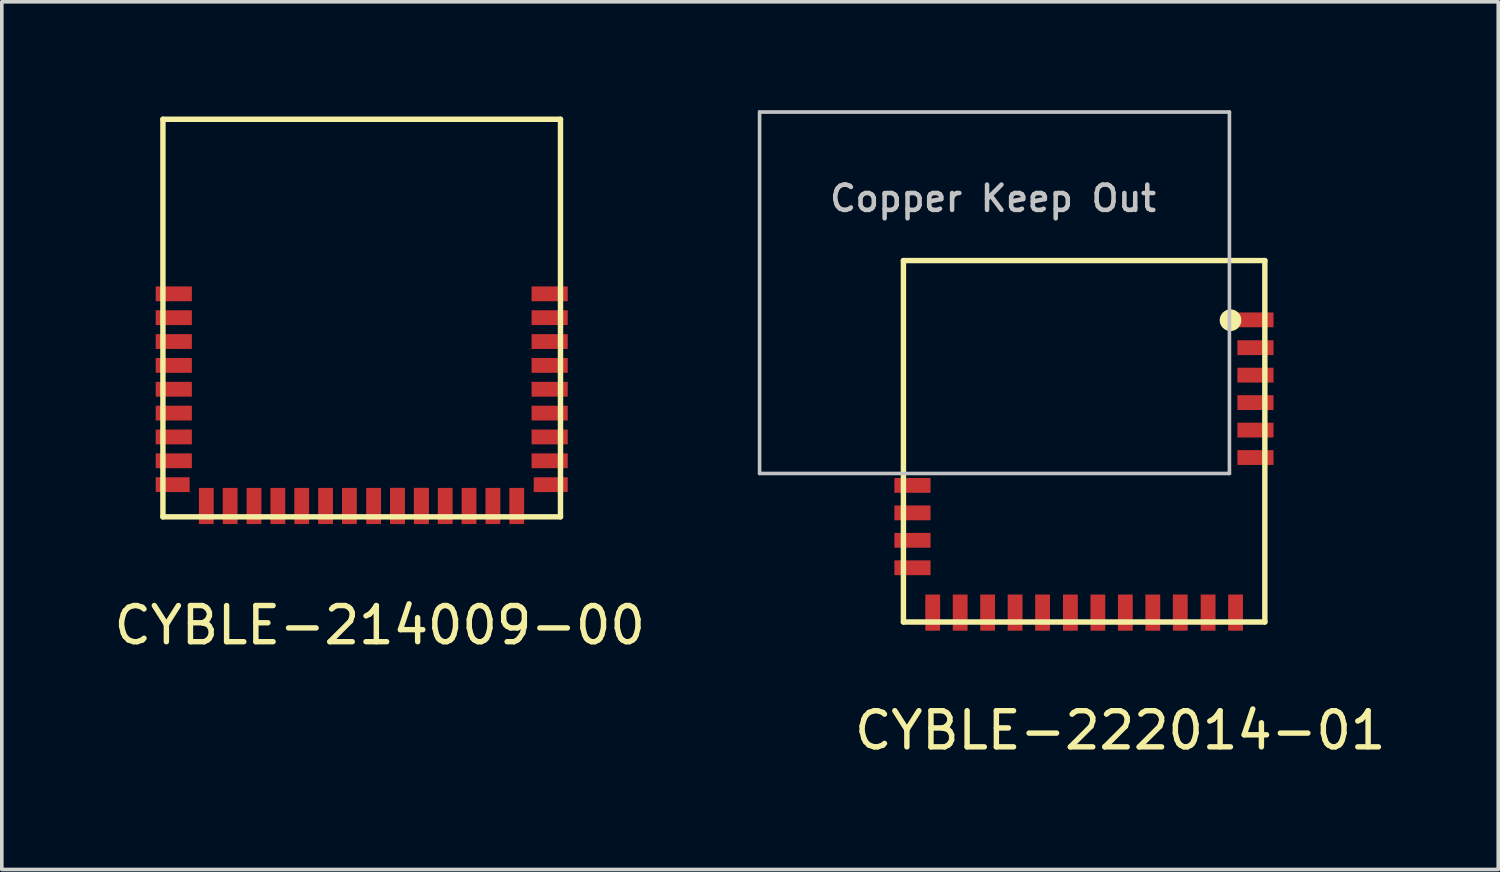
<source format=kicad_pcb>
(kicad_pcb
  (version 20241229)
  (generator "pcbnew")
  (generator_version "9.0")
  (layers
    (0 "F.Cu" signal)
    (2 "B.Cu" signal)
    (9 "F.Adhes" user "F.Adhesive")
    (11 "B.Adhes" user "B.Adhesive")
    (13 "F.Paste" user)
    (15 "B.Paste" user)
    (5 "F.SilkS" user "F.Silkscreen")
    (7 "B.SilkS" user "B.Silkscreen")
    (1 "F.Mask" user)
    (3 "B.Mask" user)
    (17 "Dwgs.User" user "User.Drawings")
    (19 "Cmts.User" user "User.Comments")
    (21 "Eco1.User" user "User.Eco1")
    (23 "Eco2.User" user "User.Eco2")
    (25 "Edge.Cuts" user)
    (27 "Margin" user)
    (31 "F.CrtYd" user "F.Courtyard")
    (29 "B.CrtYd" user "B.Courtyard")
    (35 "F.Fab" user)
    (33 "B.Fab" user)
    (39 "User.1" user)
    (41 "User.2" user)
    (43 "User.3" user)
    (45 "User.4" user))
  (footprint "CYBLE-222014-01"
    (layer "F.Cu")
    (at 26.797 10.71)
    (property "Reference" "CYBLE-222014-01" (at 1.15 6.45 0) (layer "F.SilkS") (effects (font (size 1 1) (thickness 0.15))))
    (attr through_hole)
    (fp_line (start -4.85 -6.55) (end -4.85 3.45) (stroke (width 0.15) (type solid)) (layer "F.SilkS"))
    (fp_line (start -4.85 3.45) (end 5.15 3.45) (stroke (width 0.15) (type solid)) (layer "F.SilkS"))
    (fp_line (start 5.15 -6.55) (end -4.85 -6.55) (stroke (width 0.15) (type solid)) (layer "F.SilkS"))
    (fp_line (start 5.15 3.45) (end 5.15 -6.55) (stroke (width 0.15) (type solid)) (layer "F.SilkS"))
    (fp_circle (center 4.2 -4.9) (end 4.2 -4.9) (stroke (width 0.3) (type solid)) (fill no) (layer "F.SilkS"))
    (fp_line (start -8.83 -10.66) (end 4.17 -10.66) (stroke (width 0.1) (type solid)) (layer "Dwgs.User"))
    (fp_line (start -8.83 -0.66) (end -8.83 -10.66) (stroke (width 0.1) (type solid)) (layer "Dwgs.User"))
    (fp_line (start 4.17 -10.66) (end 4.17 -0.66) (stroke (width 0.1) (type solid)) (layer "Dwgs.User"))
    (fp_line (start 4.17 -0.66) (end -8.83 -0.66) (stroke (width 0.1) (type solid)) (layer "Dwgs.User"))
    (fp_text user "Copper Keep Out" (at -2.37 -8.27 0) (layer "Dwgs.User") (effects (font (size 0.7 0.7) (thickness 0.125))))
    (pad "1" smd rect (at 4.89 -4.91) (size 1 0.41) (layers "F.Cu" "F.Mask" "F.Paste"))
    (pad "2" smd rect (at 4.89 -4.14) (size 1 0.41) (layers "F.Cu" "F.Mask" "F.Paste"))
    (pad "3" smd rect (at 4.89 -3.38) (size 1 0.41) (layers "F.Cu" "F.Mask" "F.Paste"))
    (pad "4" smd rect (at 4.89 -2.62) (size 1 0.41) (layers "F.Cu" "F.Mask" "F.Paste"))
    (pad "5" smd rect (at 4.89 -1.86) (size 1 0.41) (layers "F.Cu" "F.Mask" "F.Paste"))
    (pad "6" smd rect (at 4.89 -1.1) (size 1 0.41) (layers "F.Cu" "F.Mask" "F.Paste"))
    (pad "7" smd rect (at 4.34 3.19 90) (size 1 0.41) (layers "F.Cu" "F.Mask" "F.Paste"))
    (pad "8" smd rect (at 3.58 3.19 90) (size 1 0.41) (layers "F.Cu" "F.Mask" "F.Paste"))
    (pad "9" smd rect (at 2.81 3.19 90) (size 1 0.41) (layers "F.Cu" "F.Mask" "F.Paste"))
    (pad "10" smd rect (at 2.05 3.19 90) (size 1 0.41) (layers "F.Cu" "F.Mask" "F.Paste"))
    (pad "11" smd rect (at 1.29 3.19 90) (size 1 0.41) (layers "F.Cu" "F.Mask" "F.Paste"))
    (pad "12" smd rect (at 0.53 3.19 90) (size 1 0.41) (layers "F.Cu" "F.Mask" "F.Paste"))
    (pad "13" smd rect (at -0.23 3.19 90) (size 1 0.41) (layers "F.Cu" "F.Mask" "F.Paste"))
    (pad "14" smd rect (at -1 3.19 90) (size 1 0.41) (layers "F.Cu" "F.Mask" "F.Paste"))
    (pad "15" smd rect (at -1.76 3.19 90) (size 1 0.41) (layers "F.Cu" "F.Mask" "F.Paste"))
    (pad "16" smd rect (at -2.52 3.19 90) (size 1 0.41) (layers "F.Cu" "F.Mask" "F.Paste"))
    (pad "17" smd rect (at -3.28 3.19 90) (size 1 0.41) (layers "F.Cu" "F.Mask" "F.Paste"))
    (pad "18" smd rect (at -4.04 3.19 90) (size 1 0.41) (layers "F.Cu" "F.Mask" "F.Paste"))
    (pad "19" smd rect (at -4.6 1.95) (size 1 0.41) (layers "F.Cu" "F.Mask" "F.Paste"))
    (pad "20" smd rect (at -4.6 1.19) (size 1 0.41) (layers "F.Cu" "F.Mask" "F.Paste"))
    (pad "21" smd rect (at -4.6 0.43) (size 1 0.41) (layers "F.Cu" "F.Mask" "F.Paste"))
    (pad "22" smd rect (at -4.6 -0.33) (size 1 0.41) (layers "F.Cu" "F.Mask" "F.Paste")))
  (footprint "CYBLE-214009-00"
    (layer "F.Cu")
    (at 12.458 0.25)
    (property "Reference" "CYBLE-214009-00" (at -5 14 0) (layer "F.SilkS") (effects (font (size 1 1) (thickness 0.15))))
    (attr through_hole)
    (fp_line (start -11 0) (end -11 11) (stroke (width 0.15) (type solid)) (layer "F.SilkS"))
    (fp_line (start -11 11) (end 0 11) (stroke (width 0.15) (type solid)) (layer "F.SilkS"))
    (fp_line (start 0 0) (end -11 0) (stroke (width 0.15) (type solid)) (layer "F.SilkS"))
    (fp_line (start 0 11) (end 0 0) (stroke (width 0.15) (type solid)) (layer "F.SilkS"))
    (pad "1" smd rect (at -0.3 4.83) (size 1 0.41) (layers "F.Cu" "F.Mask" "F.Paste"))
    (pad "2" smd rect (at -0.3 5.49) (size 1 0.41) (layers "F.Cu" "F.Mask" "F.Paste"))
    (pad "3" smd rect (at -0.3 6.15) (size 1 0.41) (layers "F.Cu" "F.Mask" "F.Paste"))
    (pad "4" smd rect (at -0.3 6.81) (size 1 0.41) (layers "F.Cu" "F.Mask" "F.Paste"))
    (pad "5" smd rect (at -0.3 7.47) (size 1 0.41) (layers "F.Cu" "F.Mask" "F.Paste"))
    (pad "6" smd rect (at -0.3 8.13) (size 1 0.41) (layers "F.Cu" "F.Mask" "F.Paste"))
    (pad "7" smd rect (at -0.3 8.79) (size 1 0.41) (layers "F.Cu" "F.Mask" "F.Paste"))
    (pad "8" smd rect (at -0.3 9.45) (size 1 0.41) (layers "F.Cu" "F.Mask" "F.Paste"))
    (pad "9" smd rect (at -0.27 10.11) (size 0.94 0.41) (layers "F.Cu" "F.Mask" "F.Paste"))
    (pad "10" smd rect (at -1.21 10.7 90) (size 1 0.41) (layers "F.Cu" "F.Mask" "F.Paste"))
    (pad "11" smd rect (at -1.87 10.7 90) (size 1 0.41) (layers "F.Cu" "F.Mask" "F.Paste"))
    (pad "12" smd rect (at -2.53 10.7 90) (size 1 0.41) (layers "F.Cu" "F.Mask" "F.Paste"))
    (pad "13" smd rect (at -3.19 10.7 90) (size 1 0.41) (layers "F.Cu" "F.Mask" "F.Paste"))
    (pad "14" smd rect (at -3.85 10.7 90) (size 1 0.41) (layers "F.Cu" "F.Mask" "F.Paste"))
    (pad "14" smd rect (at -3.85 10.7 90) (size 1 0.41) (layers "F.Cu" "F.Mask" "F.Paste"))
    (pad "15" smd rect (at -4.51 10.7 90) (size 1 0.41) (layers "F.Cu" "F.Mask" "F.Paste"))
    (pad "15" smd rect (at -4.51 10.7 90) (size 1 0.41) (layers "F.Cu" "F.Mask" "F.Paste"))
    (pad "16" smd rect (at -5.17 10.7 90) (size 1 0.41) (layers "F.Cu" "F.Mask" "F.Paste"))
    (pad "17" smd rect (at -5.84 10.7 90) (size 1 0.41) (layers "F.Cu" "F.Mask" "F.Paste"))
    (pad "18" smd rect (at -6.5 10.7 90) (size 1 0.41) (layers "F.Cu" "F.Mask" "F.Paste"))
    (pad "19" smd rect (at -7.16 10.7 90) (size 1 0.41) (layers "F.Cu" "F.Mask" "F.Paste"))
    (pad "20" smd rect (at -7.82 10.7 90) (size 1 0.41) (layers "F.Cu" "F.Mask" "F.Paste"))
    (pad "21" smd rect (at -8.48 10.7 90) (size 1 0.41) (layers "F.Cu" "F.Mask" "F.Paste"))
    (pad "22" smd rect (at -9.14 10.7 90) (size 1 0.41) (layers "F.Cu" "F.Mask" "F.Paste"))
    (pad "23" smd rect (at -9.8 10.7 90) (size 1 0.41) (layers "F.Cu" "F.Mask" "F.Paste"))
    (pad "24" smd rect (at -10.73 10.11) (size 0.94 0.41) (layers "F.Cu" "F.Mask" "F.Paste"))
    (pad "25" smd rect (at -10.7 9.45) (size 1 0.41) (layers "F.Cu" "F.Mask" "F.Paste"))
    (pad "26" smd rect (at -10.7 8.79) (size 1 0.41) (layers "F.Cu" "F.Mask" "F.Paste"))
    (pad "27" smd rect (at -10.7 8.13) (size 1 0.41) (layers "F.Cu" "F.Mask" "F.Paste"))
    (pad "28" smd rect (at -10.7 7.47) (size 1 0.41) (layers "F.Cu" "F.Mask" "F.Paste"))
    (pad "29" smd rect (at -10.7 6.81) (size 1 0.41) (layers "F.Cu" "F.Mask" "F.Paste"))
    (pad "30" smd rect (at -10.7 6.15) (size 1 0.41) (layers "F.Cu" "F.Mask" "F.Paste"))
    (pad "31" smd rect (at -10.7 5.49) (size 1 0.41) (layers "F.Cu" "F.Mask" "F.Paste"))
    (pad "32" smd rect (at -10.7 4.83) (size 1 0.41) (layers "F.Cu" "F.Mask" "F.Paste")))
  (gr_rect
    (start -3 -3)
    (end 38.405 21.008)
    (stroke (width 0.1) (type default))
    (fill no)
    (layer "Edge.Cuts")))
</source>
